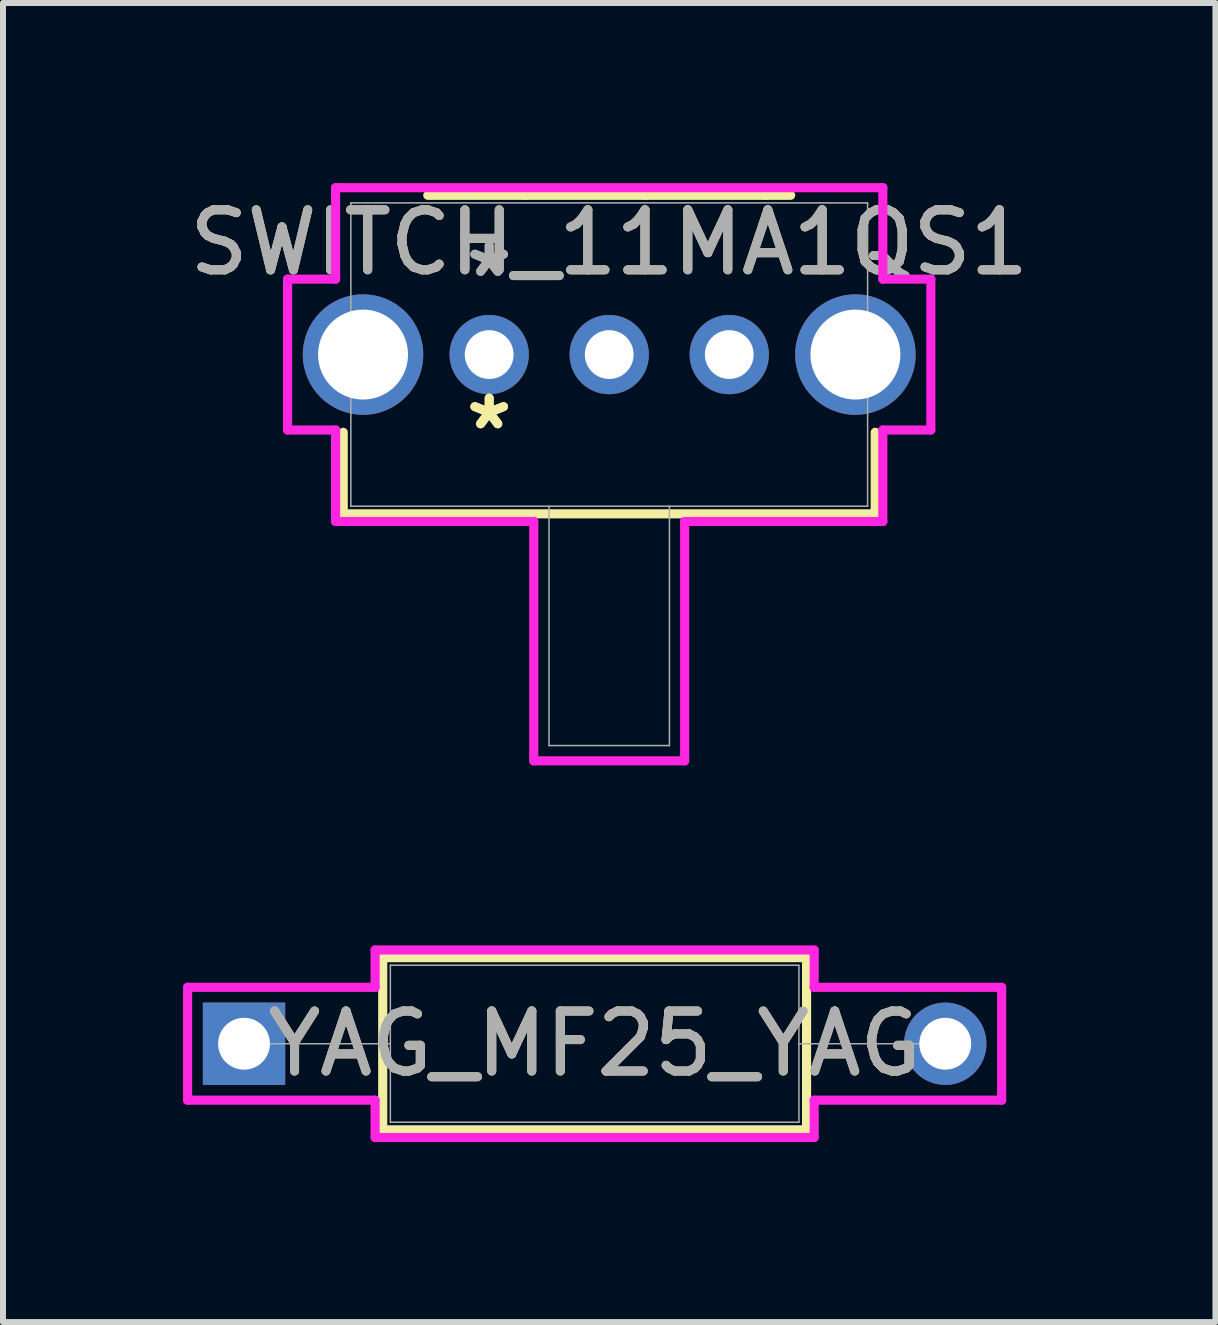
<source format=kicad_pcb>
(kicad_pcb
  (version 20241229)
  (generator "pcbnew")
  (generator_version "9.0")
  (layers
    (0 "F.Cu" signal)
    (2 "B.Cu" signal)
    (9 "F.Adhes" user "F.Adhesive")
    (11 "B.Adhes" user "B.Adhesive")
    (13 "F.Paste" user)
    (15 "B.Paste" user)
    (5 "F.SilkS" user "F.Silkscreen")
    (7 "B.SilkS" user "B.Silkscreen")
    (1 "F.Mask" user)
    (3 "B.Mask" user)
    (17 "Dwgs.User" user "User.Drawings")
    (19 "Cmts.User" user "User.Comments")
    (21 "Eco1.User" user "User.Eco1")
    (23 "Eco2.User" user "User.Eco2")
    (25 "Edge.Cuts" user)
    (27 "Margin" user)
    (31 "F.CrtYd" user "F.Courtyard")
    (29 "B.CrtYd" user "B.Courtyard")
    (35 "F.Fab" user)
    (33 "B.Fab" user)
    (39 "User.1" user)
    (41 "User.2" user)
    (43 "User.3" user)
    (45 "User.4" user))
  (footprint "YAG_MF25_YAG"
    (layer "F.Cu")
    (at 1.016 14.341)
    (property "Reference" "YAG_MF25_YAG" (at 5.842 0 0) (unlocked yes) (layer "F.SilkS") (effects (font (size 1 1) (thickness 0.15))))
    (attr through_hole)
    (fp_line (start 2.311 -1.435) (end 2.311 1.435) (stroke (width 0.152) (type solid)) (layer "F.SilkS"))
    (fp_line (start 2.311 1.435) (end 9.373 1.435) (stroke (width 0.152) (type solid)) (layer "F.SilkS"))
    (fp_line (start 9.373 -1.435) (end 2.311 -1.435) (stroke (width 0.152) (type solid)) (layer "F.SilkS"))
    (fp_line (start 9.373 1.435) (end 9.373 -1.435) (stroke (width 0.152) (type solid)) (layer "F.SilkS"))
    (fp_line (start -0.94 -0.94) (end 2.184 -0.94) (stroke (width 0.152) (type solid)) (layer "F.CrtYd"))
    (fp_line (start -0.94 0.94) (end -0.94 -0.94) (stroke (width 0.152) (type solid)) (layer "F.CrtYd"))
    (fp_line (start 2.184 -1.562) (end 9.5 -1.562) (stroke (width 0.152) (type solid)) (layer "F.CrtYd"))
    (fp_line (start 2.184 -0.94) (end 2.184 -1.562) (stroke (width 0.152) (type solid)) (layer "F.CrtYd"))
    (fp_line (start 2.184 0.94) (end -0.94 0.94) (stroke (width 0.152) (type solid)) (layer "F.CrtYd"))
    (fp_line (start 2.184 1.562) (end 2.184 0.94) (stroke (width 0.152) (type solid)) (layer "F.CrtYd"))
    (fp_line (start 9.5 -1.562) (end 9.5 -0.94) (stroke (width 0.152) (type solid)) (layer "F.CrtYd"))
    (fp_line (start 9.5 -0.94) (end 12.624 -0.94) (stroke (width 0.152) (type solid)) (layer "F.CrtYd"))
    (fp_line (start 9.5 0.94) (end 9.5 1.562) (stroke (width 0.152) (type solid)) (layer "F.CrtYd"))
    (fp_line (start 9.5 1.562) (end 2.184 1.562) (stroke (width 0.152) (type solid)) (layer "F.CrtYd"))
    (fp_line (start 12.624 -0.94) (end 12.624 0.94) (stroke (width 0.152) (type solid)) (layer "F.CrtYd"))
    (fp_line (start 12.624 0.94) (end 9.5 0.94) (stroke (width 0.152) (type solid)) (layer "F.CrtYd"))
    (fp_line (start 0 0) (end 2.438 0) (stroke (width 0.025) (type solid)) (layer "F.Fab"))
    (fp_line (start 2.438 -1.308) (end 2.438 1.308) (stroke (width 0.025) (type solid)) (layer "F.Fab"))
    (fp_line (start 2.438 1.308) (end 9.246 1.308) (stroke (width 0.025) (type solid)) (layer "F.Fab"))
    (fp_line (start 9.246 -1.308) (end 2.438 -1.308) (stroke (width 0.025) (type solid)) (layer "F.Fab"))
    (fp_line (start 9.246 1.308) (end 9.246 -1.308) (stroke (width 0.025) (type solid)) (layer "F.Fab"))
    (fp_line (start 11.684 0) (end 9.246 0) (stroke (width 0.025) (type solid)) (layer "F.Fab"))
    (fp_text user "${REFERENCE}" (at 5.842 0 0) (unlocked yes) (layer "F.Fab") (effects (font (size 1 1) (thickness 0.15))))
    (pad "1" thru_hole rect (at 0 0) (size 1.372 1.372) (drill 0.864) (layers "*.Cu" "*.Mask"))
    (pad "2" thru_hole circle (at 11.684 0) (size 1.372 1.372) (drill 0.864) (layers "*.Cu" "*.Mask")))
  (footprint "SWITCH_11MA1QS1"
    (layer "F.Cu")
    (at 5.101 2.858)
    (property "Reference" "SWITCH_11MA1QS1" (at 2 -1.867 0) (unlocked yes) (layer "F.SilkS") (effects (font (size 1 1) (thickness 0.15))))
    (attr through_hole)
    (fp_line (start -2.432 1.295) (end -2.432 2.654) (stroke (width 0.152) (type solid)) (layer "F.SilkS"))
    (fp_line (start -2.432 2.654) (end 6.432 2.654) (stroke (width 0.152) (type solid)) (layer "F.SilkS"))
    (fp_line (start 0.605 -2.654) (end -1.023 -2.654) (stroke (width 0.152) (type solid)) (layer "F.SilkS"))
    (fp_line (start 2.605 -2.654) (end 0.605 -2.654) (stroke (width 0.152) (type solid)) (layer "F.SilkS"))
    (fp_line (start 4.605 -2.654) (end 2.605 -2.654) (stroke (width 0.152) (type solid)) (layer "F.SilkS"))
    (fp_line (start 5.023 -2.654) (end 4.605 -2.654) (stroke (width 0.152) (type solid)) (layer "F.SilkS"))
    (fp_line (start 6.432 2.654) (end 6.432 1.295) (stroke (width 0.152) (type solid)) (layer "F.SilkS"))
    (fp_line (start -3.359 -1.257) (end -3.359 1.257) (stroke (width 0.152) (type solid)) (layer "F.CrtYd"))
    (fp_line (start -3.359 1.257) (end -2.559 1.257) (stroke (width 0.152) (type solid)) (layer "F.CrtYd"))
    (fp_line (start -2.559 -2.781) (end -2.559 -1.257) (stroke (width 0.152) (type solid)) (layer "F.CrtYd"))
    (fp_line (start -2.559 -1.257) (end -3.359 -1.257) (stroke (width 0.152) (type solid)) (layer "F.CrtYd"))
    (fp_line (start -2.559 1.257) (end -2.559 2.781) (stroke (width 0.152) (type solid)) (layer "F.CrtYd"))
    (fp_line (start -2.559 2.781) (end 0.743 2.781) (stroke (width 0.152) (type solid)) (layer "F.CrtYd"))
    (fp_line (start 0.743 2.781) (end 0.743 6.769) (stroke (width 0.152) (type solid)) (layer "F.CrtYd"))
    (fp_line (start 0.743 6.769) (end 3.257 6.769) (stroke (width 0.152) (type solid)) (layer "F.CrtYd"))
    (fp_line (start 3.257 2.781) (end 6.559 2.781) (stroke (width 0.152) (type solid)) (layer "F.CrtYd"))
    (fp_line (start 3.257 6.769) (end 3.257 2.781) (stroke (width 0.152) (type solid)) (layer "F.CrtYd"))
    (fp_line (start 6.559 -2.781) (end -2.559 -2.781) (stroke (width 0.152) (type solid)) (layer "F.CrtYd"))
    (fp_line (start 6.559 -1.257) (end 6.559 -2.781) (stroke (width 0.152) (type solid)) (layer "F.CrtYd"))
    (fp_line (start 6.559 1.257) (end 7.359 1.257) (stroke (width 0.152) (type solid)) (layer "F.CrtYd"))
    (fp_line (start 6.559 2.781) (end 6.559 1.257) (stroke (width 0.152) (type solid)) (layer "F.CrtYd"))
    (fp_line (start 7.359 -1.257) (end 6.559 -1.257) (stroke (width 0.152) (type solid)) (layer "F.CrtYd"))
    (fp_line (start 7.359 1.257) (end 7.359 -1.257) (stroke (width 0.152) (type solid)) (layer "F.CrtYd"))
    (fp_line (start -2.305 -2.527) (end -2.305 2.527) (stroke (width 0.025) (type solid)) (layer "F.Fab"))
    (fp_line (start -2.305 2.527) (end 6.305 2.527) (stroke (width 0.025) (type solid)) (layer "F.Fab"))
    (fp_line (start 0.997 2.527) (end 0.997 6.515) (stroke (width 0.025) (type solid)) (layer "F.Fab"))
    (fp_line (start 0.997 6.515) (end 3.003 6.515) (stroke (width 0.025) (type solid)) (layer "F.Fab"))
    (fp_line (start 3.003 2.527) (end 3.003 6.515) (stroke (width 0.025) (type solid)) (layer "F.Fab"))
    (fp_line (start 6.305 -2.527) (end -2.305 -2.527) (stroke (width 0.025) (type solid)) (layer "F.Fab"))
    (fp_line (start 6.305 2.527) (end 6.305 -2.527) (stroke (width 0.025) (type solid)) (layer "F.Fab"))
    (fp_text user "*" (at 0 1.27 0) (unlocked yes) (layer "F.SilkS") (effects (font (size 1 1) (thickness 0.15))))
    (fp_text user "*" (at 0 1.27 0) (layer "F.SilkS") (effects (font (size 1 1) (thickness 0.15))))
    (fp_text user "${REFERENCE}" (at 2 -1.867 0) (unlocked yes) (layer "F.Fab") (effects (font (size 1 1) (thickness 0.15))))
    (fp_text user "*" (at 0 -1.27 0) (unlocked yes) (layer "F.Fab") (effects (font (size 1 1) (thickness 0.15))))
    (fp_text user "*" (at 0 -1.27 0) (layer "F.Fab") (effects (font (size 1 1) (thickness 0.15))))
    (pad "1" thru_hole circle (at 0 0) (size 1.321 1.321) (drill 0.813) (layers "*.Cu" "*.Mask"))
    (pad "2" thru_hole circle (at 2 0) (size 1.321 1.321) (drill 0.813) (layers "*.Cu" "*.Mask"))
    (pad "3" thru_hole circle (at 4 0) (size 1.321 1.321) (drill 0.813) (layers "*.Cu" "*.Mask"))
    (pad "4" thru_hole circle (at -2.102 0) (size 2.007 2.007) (drill 1.499) (layers "*.Cu" "*.Mask"))
    (pad "5" thru_hole circle (at 6.102 0) (size 2.007 2.007) (drill 1.499) (layers "*.Cu" "*.Mask")))
  (gr_rect
    (start -3 -3)
    (end 17.202 18.979)
    (stroke (width 0.1) (type default))
    (fill no)
    (layer "Edge.Cuts")))
</source>
